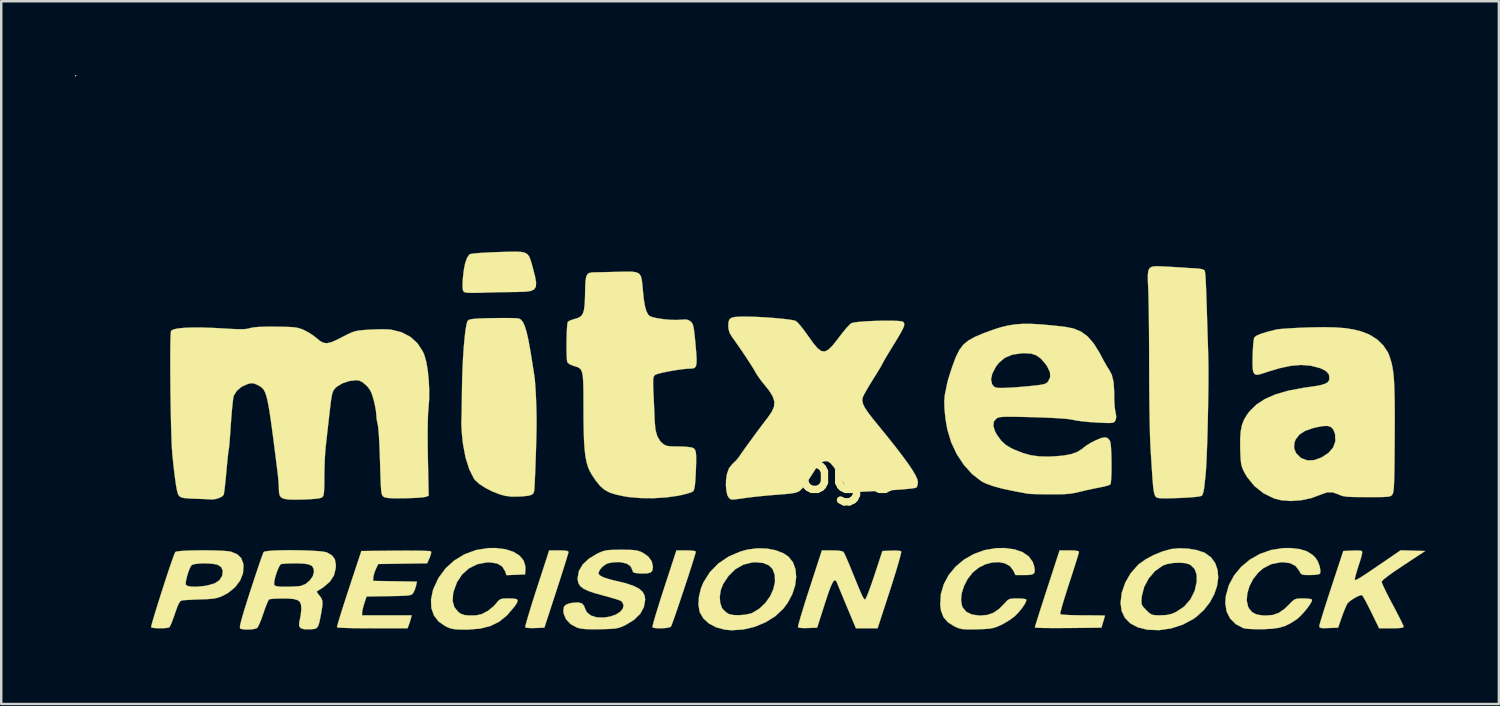
<source format=kicad_pcb>
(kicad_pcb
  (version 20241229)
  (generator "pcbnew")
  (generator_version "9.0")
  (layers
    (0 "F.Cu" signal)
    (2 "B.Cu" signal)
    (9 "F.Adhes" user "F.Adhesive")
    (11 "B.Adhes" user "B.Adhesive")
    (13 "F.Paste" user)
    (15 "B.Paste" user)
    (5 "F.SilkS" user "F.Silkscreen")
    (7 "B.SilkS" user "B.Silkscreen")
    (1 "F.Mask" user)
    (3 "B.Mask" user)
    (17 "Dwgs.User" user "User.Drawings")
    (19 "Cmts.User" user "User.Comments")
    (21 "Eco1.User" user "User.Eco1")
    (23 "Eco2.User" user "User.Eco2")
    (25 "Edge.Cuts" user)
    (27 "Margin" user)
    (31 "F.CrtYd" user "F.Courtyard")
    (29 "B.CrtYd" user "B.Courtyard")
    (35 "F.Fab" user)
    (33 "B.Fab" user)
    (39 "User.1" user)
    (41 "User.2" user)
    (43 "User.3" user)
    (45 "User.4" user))
  (footprint "logo"
    (layer "F.Cu")
    (at 31.12 16.198)
    (property "Reference" "logo" (at 0 0 0) (layer "F.SilkS") (effects (font (size 1.524 1.524) (thickness 0.3))))
    (attr through_hole)
    (fp_poly (pts (xy -31.062 -16.166) (xy -31.089 -16.14) (xy -31.115 -16.166) (xy -31.089 -16.192) (xy -31.062 -16.166)) (stroke (width 0.01) (type solid)) (fill yes) (layer "F.SilkS"))
    (fp_poly (pts (xy -11.179 3.181) (xy -11.052 3.201) (xy -11.008 3.237) (xy -11.008 3.241) (xy -11.024 3.306) (xy -11.069 3.459) (xy -11.139 3.687) (xy -11.23 3.976) (xy -11.338 4.313) (xy -11.458 4.686) (xy -11.5 4.815) (xy -11.992 6.324) (xy -12.368 6.339) (xy -12.557 6.341) (xy -12.701 6.331) (xy -12.77 6.311) (xy -12.772 6.309) (xy -12.763 6.25) (xy -12.724 6.102) (xy -12.66 5.879) (xy -12.574 5.594) (xy -12.47 5.258) (xy -12.351 4.885) (xy -12.297 4.72) (xy -11.795 3.175) (xy -11.401 3.175) (xy -11.179 3.181)) (stroke (width 0.01) (type solid)) (fill yes) (layer "F.SilkS"))
    (fp_poly (pts (xy -6.025 3.181) (xy -5.885 3.198) (xy -5.822 3.222) (xy -5.821 3.226) (xy -5.837 3.296) (xy -5.883 3.451) (xy -5.952 3.674) (xy -6.04 3.95) (xy -6.142 4.265) (xy -6.253 4.601) (xy -6.367 4.944) (xy -6.479 5.279) (xy -6.585 5.59) (xy -6.678 5.861) (xy -6.755 6.077) (xy -6.809 6.223) (xy -6.836 6.282) (xy -6.913 6.316) (xy -7.057 6.339) (xy -7.232 6.35) (xy -7.403 6.348) (xy -7.534 6.331) (xy -7.589 6.304) (xy -7.58 6.245) (xy -7.542 6.097) (xy -7.478 5.874) (xy -7.391 5.589) (xy -7.287 5.253) (xy -7.167 4.88) (xy -7.114 4.717) (xy -6.611 3.175) (xy -6.216 3.175) (xy -6.025 3.181)) (stroke (width 0.01) (type solid)) (fill yes) (layer "F.SilkS"))
    (fp_poly (pts (xy -12.955 -8.986) (xy -12.8 -8.956) (xy -12.692 -8.899) (xy -12.617 -8.808) (xy -12.56 -8.675) (xy -12.506 -8.495) (xy -12.461 -8.329) (xy -12.373 -7.993) (xy -12.329 -7.746) (xy -12.337 -7.572) (xy -12.407 -7.459) (xy -12.548 -7.393) (xy -12.771 -7.362) (xy -13.084 -7.353) (xy -13.167 -7.352) (xy -13.509 -7.348) (xy -13.9 -7.341) (xy -14.286 -7.331) (xy -14.526 -7.323) (xy -14.84 -7.315) (xy -15.061 -7.318) (xy -15.202 -7.332) (xy -15.274 -7.358) (xy -15.28 -7.363) (xy -15.313 -7.439) (xy -15.325 -7.589) (xy -15.318 -7.826) (xy -15.314 -7.881) (xy -15.276 -8.235) (xy -15.217 -8.528) (xy -15.14 -8.746) (xy -15.049 -8.875) (xy -15.023 -8.893) (xy -14.94 -8.911) (xy -14.769 -8.93) (xy -14.529 -8.948) (xy -14.235 -8.964) (xy -13.908 -8.977) (xy -13.85 -8.979) (xy -13.465 -8.991) (xy -13.172 -8.995) (xy -12.955 -8.986)) (stroke (width 0.01) (type solid)) (fill yes) (layer "F.SilkS"))
    (fp_poly (pts (xy 9.629 3.183) (xy 9.76 3.207) (xy 9.79 3.236) (xy 9.774 3.301) (xy 9.729 3.453) (xy 9.66 3.675) (xy 9.571 3.954) (xy 9.468 4.275) (xy 9.391 4.509) (xy 9.282 4.849) (xy 9.186 5.156) (xy 9.108 5.417) (xy 9.054 5.615) (xy 9.026 5.738) (xy 9.024 5.771) (xy 9.085 5.788) (xy 9.236 5.802) (xy 9.459 5.813) (xy 9.738 5.819) (xy 9.951 5.821) (xy 10.246 5.822) (xy 10.5 5.824) (xy 10.696 5.827) (xy 10.816 5.831) (xy 10.847 5.834) (xy 10.833 5.888) (xy 10.798 6.009) (xy 10.775 6.085) (xy 10.704 6.324) (xy 9.347 6.338) (xy 8.981 6.34) (xy 8.652 6.34) (xy 8.375 6.337) (xy 8.163 6.331) (xy 8.03 6.323) (xy 7.99 6.315) (xy 8.006 6.257) (xy 8.051 6.112) (xy 8.12 5.89) (xy 8.211 5.606) (xy 8.319 5.271) (xy 8.439 4.898) (xy 8.495 4.727) (xy 8.999 3.175) (xy 9.394 3.175) (xy 9.629 3.183)) (stroke (width 0.01) (type solid)) (fill yes) (layer "F.SilkS"))
    (fp_poly (pts (xy -17.333 3.186) (xy -17.042 3.189) (xy -16.815 3.196) (xy -16.666 3.204) (xy -16.609 3.214) (xy -16.604 3.282) (xy -16.64 3.408) (xy -16.668 3.478) (xy -16.768 3.702) (xy -17.764 3.716) (xy -18.759 3.731) (xy -18.854 3.926) (xy -18.92 4.092) (xy -18.958 4.248) (xy -18.96 4.27) (xy -18.971 4.419) (xy -18.078 4.433) (xy -17.185 4.448) (xy -17.219 4.616) (xy -17.269 4.777) (xy -17.331 4.904) (xy -17.364 4.948) (xy -17.408 4.98) (xy -17.477 5.002) (xy -17.59 5.017) (xy -17.76 5.027) (xy -18.006 5.034) (xy -18.323 5.039) (xy -19.235 5.054) (xy -19.324 5.318) (xy -19.376 5.494) (xy -19.41 5.646) (xy -19.416 5.702) (xy -19.42 5.821) (xy -17.398 5.821) (xy -17.431 5.951) (xy -17.477 6.107) (xy -17.515 6.215) (xy -17.566 6.35) (xy -18.993 6.35) (xy -19.37 6.349) (xy -19.712 6.345) (xy -20.004 6.338) (xy -20.232 6.33) (xy -20.382 6.321) (xy -20.441 6.311) (xy -20.441 6.31) (xy -20.43 6.252) (xy -20.39 6.106) (xy -20.323 5.885) (xy -20.235 5.601) (xy -20.128 5.267) (xy -20.007 4.895) (xy -19.955 4.736) (xy -19.447 3.201) (xy -18.048 3.187) (xy -17.673 3.185) (xy -17.333 3.186)) (stroke (width 0.01) (type solid)) (fill yes) (layer "F.SilkS"))
    (fp_poly (pts (xy -2.931 3.101) (xy -2.564 3.171) (xy -2.247 3.296) (xy -2.045 3.433) (xy -1.866 3.657) (xy -1.762 3.938) (xy -1.733 4.259) (xy -1.776 4.605) (xy -1.89 4.958) (xy -2.073 5.304) (xy -2.259 5.553) (xy -2.584 5.858) (xy -2.981 6.106) (xy -3.426 6.29) (xy -3.895 6.4) (xy -4.366 6.429) (xy -4.634 6.405) (xy -4.986 6.312) (xy -5.285 6.156) (xy -5.514 5.947) (xy -5.659 5.696) (xy -5.667 5.674) (xy -5.714 5.393) (xy -5.694 5.065) (xy -5.692 5.058) (xy -4.845 5.058) (xy -4.829 5.308) (xy -4.759 5.514) (xy -4.706 5.588) (xy -4.587 5.696) (xy -4.476 5.768) (xy -4.471 5.77) (xy -4.298 5.808) (xy -4.066 5.817) (xy -3.82 5.797) (xy -3.601 5.752) (xy -3.515 5.721) (xy -3.23 5.548) (xy -2.987 5.316) (xy -2.794 5.045) (xy -2.661 4.752) (xy -2.595 4.456) (xy -2.605 4.175) (xy -2.697 3.932) (xy -2.849 3.781) (xy -3.079 3.688) (xy -3.372 3.658) (xy -3.525 3.667) (xy -3.885 3.756) (xy -4.21 3.942) (xy -4.494 4.223) (xy -4.711 4.551) (xy -4.805 4.795) (xy -4.845 5.058) (xy -5.692 5.058) (xy -5.612 4.725) (xy -5.514 4.484) (xy -5.25 4.065) (xy -4.906 3.712) (xy -4.489 3.429) (xy -4.006 3.222) (xy -3.715 3.143) (xy -3.323 3.091) (xy -2.931 3.101)) (stroke (width 0.01) (type solid)) (fill yes) (layer "F.SilkS"))
    (fp_poly (pts (xy -13.578 3.128) (xy -13.255 3.232) (xy -13.007 3.385) (xy -12.841 3.582) (xy -12.766 3.817) (xy -12.764 3.941) (xy -12.779 4.154) (xy -13.535 4.185) (xy -13.59 4.025) (xy -13.708 3.834) (xy -13.902 3.714) (xy -14.175 3.665) (xy -14.35 3.667) (xy -14.728 3.741) (xy -15.06 3.905) (xy -15.338 4.15) (xy -15.551 4.468) (xy -15.69 4.848) (xy -15.71 4.942) (xy -15.728 5.244) (xy -15.658 5.49) (xy -15.499 5.685) (xy -15.383 5.764) (xy -15.248 5.81) (xy -15.067 5.828) (xy -14.812 5.824) (xy -14.764 5.822) (xy -14.535 5.768) (xy -14.291 5.639) (xy -14.064 5.455) (xy -13.962 5.343) (xy -13.869 5.232) (xy -13.789 5.169) (xy -13.689 5.141) (xy -13.534 5.133) (xy -13.432 5.133) (xy -13.219 5.14) (xy -13.103 5.17) (xy -13.077 5.236) (xy -13.132 5.353) (xy -13.223 5.482) (xy -13.516 5.825) (xy -13.834 6.081) (xy -14.192 6.257) (xy -14.605 6.362) (xy -15.089 6.402) (xy -15.185 6.403) (xy -15.45 6.4) (xy -15.639 6.388) (xy -15.783 6.363) (xy -15.911 6.318) (xy -16.023 6.266) (xy -16.299 6.076) (xy -16.491 5.826) (xy -16.595 5.526) (xy -16.61 5.182) (xy -16.532 4.803) (xy -16.515 4.752) (xy -16.307 4.301) (xy -16.017 3.909) (xy -15.657 3.583) (xy -15.24 3.332) (xy -14.776 3.162) (xy -14.276 3.082) (xy -13.968 3.079) (xy -13.578 3.128)) (stroke (width 0.01) (type solid)) (fill yes) (layer "F.SilkS"))
    (fp_poly (pts (xy -0.017 3.184) (xy 0.143 3.211) (xy 0.197 3.241) (xy 0.236 3.313) (xy 0.304 3.462) (xy 0.394 3.67) (xy 0.495 3.914) (xy 0.518 3.969) (xy 0.672 4.347) (xy 0.792 4.638) (xy 0.882 4.854) (xy 0.949 5.003) (xy 0.997 5.099) (xy 1.032 5.152) (xy 1.058 5.172) (xy 1.079 5.172) (xy 1.113 5.119) (xy 1.173 4.98) (xy 1.253 4.772) (xy 1.347 4.51) (xy 1.449 4.21) (xy 1.459 4.178) (xy 1.781 3.201) (xy 2.142 3.186) (xy 2.33 3.184) (xy 2.476 3.194) (xy 2.547 3.214) (xy 2.542 3.273) (xy 2.507 3.42) (xy 2.446 3.643) (xy 2.363 3.928) (xy 2.26 4.263) (xy 2.142 4.636) (xy 2.088 4.804) (xy 1.584 6.35) (xy 0.703 6.35) (xy 0.353 5.517) (xy 0.234 5.23) (xy 0.125 4.968) (xy 0.035 4.751) (xy -0.027 4.597) (xy -0.05 4.538) (xy -0.097 4.434) (xy -0.146 4.39) (xy -0.199 4.413) (xy -0.263 4.511) (xy -0.341 4.689) (xy -0.437 4.955) (xy -0.555 5.315) (xy -0.569 5.358) (xy -0.878 6.324) (xy -1.255 6.339) (xy -1.444 6.341) (xy -1.588 6.33) (xy -1.658 6.31) (xy -1.66 6.308) (xy -1.651 6.248) (xy -1.613 6.101) (xy -1.549 5.877) (xy -1.463 5.592) (xy -1.359 5.256) (xy -1.24 4.883) (xy -1.186 4.719) (xy -0.684 3.175) (xy -0.269 3.175) (xy -0.017 3.184)) (stroke (width 0.01) (type solid)) (fill yes) (layer "F.SilkS"))
    (fp_poly (pts (xy 14.235 3.104) (xy 14.581 3.162) (xy 14.875 3.258) (xy 14.925 3.282) (xy 15.171 3.461) (xy 15.341 3.697) (xy 15.437 3.978) (xy 15.461 4.291) (xy 15.415 4.622) (xy 15.302 4.959) (xy 15.123 5.289) (xy 14.882 5.598) (xy 14.58 5.875) (xy 14.446 5.972) (xy 14.018 6.2) (xy 13.546 6.354) (xy 13.058 6.425) (xy 12.584 6.408) (xy 12.557 6.404) (xy 12.177 6.307) (xy 11.876 6.145) (xy 11.658 5.922) (xy 11.526 5.641) (xy 11.483 5.317) (xy 11.489 5.264) (xy 12.331 5.264) (xy 12.345 5.379) (xy 12.401 5.474) (xy 12.514 5.594) (xy 12.528 5.608) (xy 12.645 5.72) (xy 12.741 5.784) (xy 12.852 5.813) (xy 13.016 5.821) (xy 13.107 5.821) (xy 13.357 5.809) (xy 13.557 5.765) (xy 13.746 5.685) (xy 14.074 5.465) (xy 14.33 5.173) (xy 14.504 4.822) (xy 14.586 4.452) (xy 14.582 4.158) (xy 14.501 3.933) (xy 14.339 3.773) (xy 14.297 3.748) (xy 14.125 3.696) (xy 13.891 3.677) (xy 13.634 3.688) (xy 13.391 3.728) (xy 13.203 3.794) (xy 12.887 4.019) (xy 12.629 4.318) (xy 12.444 4.667) (xy 12.348 5.043) (xy 12.343 5.088) (xy 12.331 5.264) (xy 11.489 5.264) (xy 11.533 4.899) (xy 11.676 4.486) (xy 11.9 4.101) (xy 12.195 3.769) (xy 12.243 3.726) (xy 12.504 3.541) (xy 12.831 3.366) (xy 13.184 3.222) (xy 13.523 3.126) (xy 13.55 3.12) (xy 13.878 3.088) (xy 14.235 3.104)) (stroke (width 0.01) (type solid)) (fill yes) (layer "F.SilkS"))
    (fp_poly (pts (xy -13.265 -6.288) (xy -13.103 -6.281) (xy -13.036 -6.273) (xy -12.945 -6.225) (xy -12.863 -6.121) (xy -12.787 -5.953) (xy -12.714 -5.712) (xy -12.641 -5.389) (xy -12.565 -4.974) (xy -12.522 -4.71) (xy -12.482 -4.458) (xy -12.444 -4.216) (xy -12.413 -4.024) (xy -12.404 -3.969) (xy -12.378 -3.757) (xy -12.355 -3.459) (xy -12.335 -3.097) (xy -12.32 -2.692) (xy -12.31 -2.263) (xy -12.31 -2.196) (xy -12.31 -1.986) (xy -12.313 -1.711) (xy -12.32 -1.389) (xy -12.329 -1.037) (xy -12.341 -0.673) (xy -12.353 -0.314) (xy -12.366 0.022) (xy -12.38 0.317) (xy -12.392 0.554) (xy -12.404 0.716) (xy -12.411 0.775) (xy -12.443 0.855) (xy -12.512 0.911) (xy -12.636 0.947) (xy -12.833 0.97) (xy -13.044 0.983) (xy -13.34 0.984) (xy -13.587 0.953) (xy -13.799 0.896) (xy -14.104 0.779) (xy -14.39 0.633) (xy -14.634 0.475) (xy -14.81 0.318) (xy -14.865 0.246) (xy -15.055 -0.14) (xy -15.203 -0.608) (xy -15.304 -1.142) (xy -15.32 -1.272) (xy -15.347 -1.539) (xy -15.365 -1.787) (xy -15.374 -1.987) (xy -15.373 -2.093) (xy -15.367 -2.213) (xy -15.362 -2.417) (xy -15.357 -2.684) (xy -15.352 -2.993) (xy -15.35 -3.284) (xy -15.342 -3.753) (xy -15.327 -4.216) (xy -15.305 -4.659) (xy -15.278 -5.071) (xy -15.246 -5.438) (xy -15.211 -5.746) (xy -15.174 -5.983) (xy -15.135 -6.137) (xy -15.109 -6.186) (xy -15.061 -6.218) (xy -14.978 -6.242) (xy -14.846 -6.259) (xy -14.65 -6.272) (xy -14.375 -6.281) (xy -14.092 -6.287) (xy -13.78 -6.291) (xy -13.498 -6.291) (xy -13.265 -6.288)) (stroke (width 0.01) (type solid)) (fill yes) (layer "F.SilkS"))
    (fp_poly (pts (xy 23.394 3.186) (xy 23.892 3.201) (xy 23.007 3.784) (xy 22.668 4.011) (xy 22.406 4.197) (xy 22.227 4.337) (xy 22.134 4.428) (xy 22.12 4.457) (xy 22.144 4.531) (xy 22.211 4.681) (xy 22.312 4.891) (xy 22.441 5.142) (xy 22.569 5.385) (xy 22.714 5.658) (xy 22.839 5.901) (xy 22.937 6.098) (xy 22.999 6.232) (xy 23.019 6.287) (xy 22.98 6.319) (xy 22.857 6.34) (xy 22.641 6.349) (xy 22.519 6.35) (xy 22.019 6.35) (xy 21.697 5.69) (xy 21.576 5.448) (xy 21.468 5.241) (xy 21.382 5.088) (xy 21.33 5.006) (xy 21.322 4.998) (xy 21.248 5.005) (xy 21.122 5.058) (xy 20.974 5.14) (xy 20.836 5.235) (xy 20.739 5.322) (xy 20.688 5.411) (xy 20.617 5.572) (xy 20.538 5.776) (xy 20.505 5.868) (xy 20.346 6.324) (xy 19.963 6.339) (xy 19.763 6.344) (xy 19.648 6.337) (xy 19.594 6.312) (xy 19.58 6.266) (xy 19.58 6.26) (xy 19.597 6.187) (xy 19.642 6.027) (xy 19.713 5.794) (xy 19.805 5.5) (xy 19.914 5.16) (xy 20.035 4.787) (xy 20.07 4.683) (xy 20.558 3.201) (xy 20.897 3.186) (xy 21.084 3.181) (xy 21.233 3.186) (xy 21.304 3.196) (xy 21.327 3.233) (xy 21.32 3.325) (xy 21.279 3.486) (xy 21.203 3.729) (xy 21.184 3.784) (xy 21.112 4.011) (xy 21.058 4.2) (xy 21.028 4.328) (xy 21.026 4.375) (xy 21.05 4.382) (xy 21.097 4.368) (xy 21.178 4.326) (xy 21.302 4.251) (xy 21.479 4.136) (xy 21.72 3.974) (xy 22.035 3.76) (xy 22.139 3.689) (xy 22.896 3.171) (xy 23.394 3.186)) (stroke (width 0.01) (type solid)) (fill yes) (layer "F.SilkS"))
    (fp_poly (pts (xy 7.164 3.134) (xy 7.492 3.248) (xy 7.741 3.42) (xy 7.905 3.645) (xy 7.968 3.838) (xy 7.989 4.002) (xy 7.965 4.104) (xy 7.88 4.157) (xy 7.717 4.178) (xy 7.571 4.18) (xy 7.202 4.18) (xy 7.111 3.989) (xy 6.974 3.814) (xy 6.772 3.703) (xy 6.526 3.655) (xy 6.252 3.669) (xy 5.972 3.744) (xy 5.703 3.879) (xy 5.464 4.073) (xy 5.456 4.081) (xy 5.255 4.339) (xy 5.105 4.627) (xy 5.012 4.922) (xy 4.983 5.201) (xy 5.025 5.44) (xy 5.048 5.493) (xy 5.198 5.676) (xy 5.423 5.788) (xy 5.726 5.831) (xy 5.77 5.831) (xy 6.053 5.806) (xy 6.299 5.721) (xy 6.53 5.564) (xy 6.77 5.322) (xy 6.813 5.273) (xy 6.89 5.195) (xy 6.979 5.153) (xy 7.113 5.136) (xy 7.273 5.133) (xy 7.452 5.139) (xy 7.586 5.156) (xy 7.642 5.178) (xy 7.634 5.255) (xy 7.567 5.384) (xy 7.459 5.541) (xy 7.325 5.703) (xy 7.181 5.849) (xy 7.134 5.889) (xy 6.949 6.022) (xy 6.727 6.156) (xy 6.584 6.228) (xy 6.435 6.293) (xy 6.296 6.336) (xy 6.14 6.364) (xy 5.936 6.38) (xy 5.658 6.39) (xy 5.636 6.391) (xy 5.358 6.396) (xy 5.161 6.393) (xy 5.016 6.379) (xy 4.897 6.349) (xy 4.779 6.301) (xy 4.73 6.279) (xy 4.454 6.109) (xy 4.27 5.898) (xy 4.167 5.629) (xy 4.136 5.395) (xy 4.162 4.961) (xy 4.282 4.55) (xy 4.487 4.172) (xy 4.766 3.835) (xy 5.108 3.549) (xy 5.504 3.323) (xy 5.943 3.165) (xy 6.415 3.085) (xy 6.764 3.08) (xy 7.164 3.134)) (stroke (width 0.01) (type solid)) (fill yes) (layer "F.SilkS"))
    (fp_poly (pts (xy 18.779 3.122) (xy 19.07 3.211) (xy 19.301 3.354) (xy 19.435 3.488) (xy 19.523 3.631) (xy 19.589 3.806) (xy 19.624 3.977) (xy 19.616 4.105) (xy 19.607 4.126) (xy 19.54 4.153) (xy 19.399 4.173) (xy 19.212 4.18) (xy 19.208 4.18) (xy 19.015 4.178) (xy 18.9 4.165) (xy 18.832 4.127) (xy 18.785 4.055) (xy 18.757 3.999) (xy 18.613 3.81) (xy 18.395 3.696) (xy 18.107 3.658) (xy 17.998 3.662) (xy 17.622 3.737) (xy 17.298 3.903) (xy 17.094 4.079) (xy 16.886 4.342) (xy 16.735 4.634) (xy 16.646 4.932) (xy 16.624 5.216) (xy 16.677 5.462) (xy 16.719 5.544) (xy 16.845 5.692) (xy 17.015 5.783) (xy 17.25 5.825) (xy 17.417 5.831) (xy 17.696 5.805) (xy 17.936 5.718) (xy 18.167 5.556) (xy 18.334 5.394) (xy 18.468 5.256) (xy 18.569 5.178) (xy 18.674 5.143) (xy 18.821 5.133) (xy 18.918 5.133) (xy 19.097 5.14) (xy 19.23 5.158) (xy 19.285 5.18) (xy 19.272 5.25) (xy 19.202 5.373) (xy 19.092 5.527) (xy 18.958 5.691) (xy 18.817 5.843) (xy 18.688 5.962) (xy 18.649 5.99) (xy 18.4 6.149) (xy 18.172 6.259) (xy 17.933 6.329) (xy 17.654 6.368) (xy 17.303 6.386) (xy 17.277 6.386) (xy 16.986 6.387) (xy 16.738 6.377) (xy 16.556 6.358) (xy 16.484 6.341) (xy 16.173 6.177) (xy 15.945 5.949) (xy 15.803 5.663) (xy 15.751 5.325) (xy 15.773 5.03) (xy 15.895 4.596) (xy 16.107 4.198) (xy 16.397 3.847) (xy 16.753 3.551) (xy 17.163 3.319) (xy 17.615 3.16) (xy 18.096 3.083) (xy 18.408 3.08) (xy 18.779 3.122)) (stroke (width 0.01) (type solid)) (fill yes) (layer "F.SilkS"))
    (fp_poly (pts (xy -25.704 3.174) (xy -25.407 3.18) (xy -25.141 3.19) (xy -24.923 3.205) (xy -24.775 3.225) (xy -24.752 3.231) (xy -24.505 3.334) (xy -24.345 3.488) (xy -24.262 3.705) (xy -24.249 3.796) (xy -24.27 4.108) (xy -24.388 4.406) (xy -24.592 4.676) (xy -24.872 4.904) (xy -25.082 5.019) (xy -25.227 5.08) (xy -25.369 5.121) (xy -25.538 5.147) (xy -25.76 5.163) (xy -26.009 5.172) (xy -26.268 5.181) (xy -26.496 5.193) (xy -26.669 5.204) (xy -26.758 5.215) (xy -26.819 5.245) (xy -26.876 5.322) (xy -26.94 5.462) (xy -27.02 5.682) (xy -27.044 5.755) (xy -27.121 5.974) (xy -27.192 6.156) (xy -27.249 6.275) (xy -27.273 6.31) (xy -27.357 6.332) (xy -27.503 6.345) (xy -27.676 6.348) (xy -27.843 6.342) (xy -27.967 6.327) (xy -28.013 6.308) (xy -28.004 6.249) (xy -27.966 6.105) (xy -27.903 5.891) (xy -27.822 5.622) (xy -27.726 5.314) (xy -27.621 4.981) (xy -27.511 4.639) (xy -27.477 4.533) (xy -26.605 4.533) (xy -26.599 4.573) (xy -26.527 4.626) (xy -26.37 4.653) (xy -26.151 4.656) (xy -25.889 4.632) (xy -25.711 4.603) (xy -25.423 4.519) (xy -25.228 4.389) (xy -25.12 4.215) (xy -25.092 4.013) (xy -25.154 3.859) (xy -25.302 3.762) (xy -25.458 3.728) (xy -25.663 3.708) (xy -25.887 3.704) (xy -26.098 3.714) (xy -26.267 3.738) (xy -26.363 3.775) (xy -26.365 3.777) (xy -26.425 3.874) (xy -26.489 4.033) (xy -26.547 4.22) (xy -26.59 4.398) (xy -26.605 4.533) (xy -27.477 4.533) (xy -27.402 4.303) (xy -27.298 3.988) (xy -27.203 3.71) (xy -27.124 3.483) (xy -27.064 3.322) (xy -27.029 3.244) (xy -27.027 3.241) (xy -26.958 3.219) (xy -26.803 3.201) (xy -26.58 3.187) (xy -26.31 3.178) (xy -26.011 3.174) (xy -25.704 3.174)) (stroke (width 0.01) (type solid)) (fill yes) (layer "F.SilkS"))
    (fp_poly (pts (xy 13.138 -8.397) (xy 13.378 -8.384) (xy 13.646 -8.369) (xy 13.886 -8.355) (xy 14.072 -8.343) (xy 14.179 -8.335) (xy 14.182 -8.334) (xy 14.319 -8.325) (xy 14.498 -8.316) (xy 14.552 -8.314) (xy 14.716 -8.298) (xy 14.842 -8.269) (xy 14.87 -8.256) (xy 14.885 -8.247) (xy 14.899 -8.234) (xy 14.911 -8.212) (xy 14.922 -8.171) (xy 14.932 -8.105) (xy 14.941 -8.006) (xy 14.95 -7.866) (xy 14.96 -7.678) (xy 14.97 -7.434) (xy 14.981 -7.126) (xy 14.994 -6.748) (xy 15.008 -6.29) (xy 15.025 -5.746) (xy 15.045 -5.108) (xy 15.057 -4.71) (xy 15.062 -4.415) (xy 15.064 -4.047) (xy 15.062 -3.622) (xy 15.057 -3.155) (xy 15.049 -2.664) (xy 15.039 -2.165) (xy 15.027 -1.673) (xy 15.013 -1.205) (xy 14.997 -0.778) (xy 14.981 -0.407) (xy 14.964 -0.109) (xy 14.947 0.1) (xy 14.947 0.106) (xy 14.924 0.31) (xy 14.9 0.54) (xy 14.892 0.618) (xy 14.862 0.786) (xy 14.819 0.912) (xy 14.793 0.95) (xy 14.715 0.974) (xy 14.547 0.997) (xy 14.306 1.017) (xy 14.008 1.035) (xy 13.856 1.041) (xy 13.523 1.052) (xy 13.28 1.056) (xy 13.113 1.051) (xy 13.007 1.038) (xy 12.947 1.016) (xy 12.929 1) (xy 12.9 0.961) (xy 12.875 0.915) (xy 12.854 0.85) (xy 12.835 0.756) (xy 12.817 0.622) (xy 12.799 0.437) (xy 12.78 0.191) (xy 12.759 -0.128) (xy 12.734 -0.53) (xy 12.703 -1.026) (xy 12.701 -1.072) (xy 12.69 -1.306) (xy 12.68 -1.629) (xy 12.671 -2.026) (xy 12.663 -2.481) (xy 12.657 -2.978) (xy 12.652 -3.5) (xy 12.65 -4.032) (xy 12.649 -4.3) (xy 12.648 -4.826) (xy 12.645 -5.347) (xy 12.642 -5.848) (xy 12.637 -6.312) (xy 12.631 -6.725) (xy 12.624 -7.071) (xy 12.617 -7.334) (xy 12.613 -7.437) (xy 12.597 -7.784) (xy 12.594 -8.038) (xy 12.613 -8.214) (xy 12.666 -8.324) (xy 12.764 -8.382) (xy 12.918 -8.402) (xy 13.138 -8.397)) (stroke (width 0.01) (type solid)) (fill yes) (layer "F.SilkS"))
    (fp_poly (pts (xy -8.579 3.151) (xy -8.375 3.161) (xy -8.225 3.181) (xy -8.103 3.216) (xy -7.989 3.266) (xy -7.761 3.424) (xy -7.616 3.625) (xy -7.567 3.851) (xy -7.588 3.99) (xy -7.661 4.074) (xy -7.803 4.114) (xy -8.03 4.118) (xy -8.052 4.117) (xy -8.236 4.104) (xy -8.34 4.082) (xy -8.388 4.042) (xy -8.404 3.983) (xy -8.477 3.824) (xy -8.636 3.714) (xy -8.873 3.658) (xy -9.006 3.651) (xy -9.21 3.665) (xy -9.392 3.701) (xy -9.471 3.73) (xy -9.62 3.836) (xy -9.735 3.97) (xy -9.789 4.096) (xy -9.79 4.111) (xy -9.737 4.193) (xy -9.58 4.275) (xy -9.322 4.358) (xy -9.075 4.418) (xy -8.667 4.517) (xy -8.356 4.622) (xy -8.131 4.737) (xy -7.984 4.869) (xy -7.905 5.023) (xy -7.885 5.183) (xy -7.936 5.485) (xy -8.087 5.76) (xy -8.338 6.004) (xy -8.684 6.216) (xy -8.731 6.239) (xy -8.861 6.295) (xy -8.985 6.335) (xy -9.126 6.36) (xy -9.311 6.375) (xy -9.563 6.384) (xy -9.737 6.388) (xy -10.078 6.39) (xy -10.332 6.381) (xy -10.517 6.359) (xy -10.652 6.324) (xy -10.659 6.322) (xy -10.925 6.177) (xy -11.11 5.98) (xy -11.207 5.743) (xy -11.218 5.618) (xy -11.195 5.478) (xy -11.112 5.387) (xy -10.95 5.331) (xy -10.861 5.314) (xy -10.621 5.296) (xy -10.462 5.335) (xy -10.374 5.434) (xy -10.354 5.499) (xy -10.266 5.692) (xy -10.098 5.828) (xy -9.862 5.903) (xy -9.569 5.912) (xy -9.323 5.875) (xy -9.083 5.794) (xy -8.904 5.68) (xy -8.794 5.548) (xy -8.763 5.409) (xy -8.823 5.278) (xy -8.861 5.241) (xy -8.935 5.208) (xy -9.089 5.156) (xy -9.302 5.093) (xy -9.549 5.025) (xy -9.551 5.025) (xy -9.922 4.923) (xy -10.2 4.828) (xy -10.399 4.734) (xy -10.529 4.632) (xy -10.603 4.514) (xy -10.634 4.372) (xy -10.636 4.299) (xy -10.585 4.016) (xy -10.432 3.753) (xy -10.182 3.516) (xy -9.839 3.309) (xy -9.792 3.287) (xy -9.654 3.227) (xy -9.527 3.187) (xy -9.383 3.164) (xy -9.195 3.153) (xy -8.934 3.149) (xy -8.864 3.149) (xy -8.579 3.151)) (stroke (width 0.01) (type solid)) (fill yes) (layer "F.SilkS"))
    (fp_poly (pts (xy -22.05 3.17) (xy -21.728 3.178) (xy -21.43 3.191) (xy -21.172 3.208) (xy -20.974 3.231) (xy -20.854 3.259) (xy -20.853 3.259) (xy -20.648 3.375) (xy -20.529 3.534) (xy -20.486 3.753) (xy -20.49 3.893) (xy -20.562 4.191) (xy -20.728 4.449) (xy -20.993 4.675) (xy -21.025 4.696) (xy -21.157 4.78) (xy -21.246 4.838) (xy -21.266 4.851) (xy -21.248 4.895) (xy -21.18 4.989) (xy -21.149 5.026) (xy -21.082 5.116) (xy -21.043 5.209) (xy -21.031 5.325) (xy -21.044 5.489) (xy -21.083 5.722) (xy -21.112 5.874) (xy -21.159 6.105) (xy -21.205 6.252) (xy -21.265 6.335) (xy -21.357 6.374) (xy -21.497 6.389) (xy -21.543 6.392) (xy -21.777 6.389) (xy -21.92 6.345) (xy -21.984 6.251) (xy -21.977 6.099) (xy -21.964 6.047) (xy -21.924 5.849) (xy -21.898 5.63) (xy -21.895 5.581) (xy -21.901 5.404) (xy -21.948 5.279) (xy -22.05 5.199) (xy -22.222 5.154) (xy -22.476 5.135) (xy -22.641 5.134) (xy -22.867 5.138) (xy -23.055 5.148) (xy -23.178 5.164) (xy -23.209 5.173) (xy -23.249 5.237) (xy -23.31 5.379) (xy -23.384 5.577) (xy -23.44 5.741) (xy -23.52 5.968) (xy -23.598 6.16) (xy -23.663 6.293) (xy -23.696 6.337) (xy -23.8 6.375) (xy -23.965 6.397) (xy -24.148 6.4) (xy -24.306 6.384) (xy -24.383 6.358) (xy -24.396 6.322) (xy -24.388 6.237) (xy -24.357 6.095) (xy -24.3 5.886) (xy -24.215 5.602) (xy -24.101 5.235) (xy -23.965 4.811) (xy -23.886 4.57) (xy -23.002 4.57) (xy -22.999 4.578) (xy -22.959 4.619) (xy -22.862 4.643) (xy -22.692 4.655) (xy -22.524 4.657) (xy -22.293 4.653) (xy -22.082 4.642) (xy -21.93 4.626) (xy -21.908 4.622) (xy -21.719 4.544) (xy -21.55 4.403) (xy -21.427 4.229) (xy -21.378 4.053) (xy -21.378 4.049) (xy -21.396 3.91) (xy -21.459 3.812) (xy -21.58 3.75) (xy -21.775 3.716) (xy -22.058 3.704) (xy -22.127 3.704) (xy -22.357 3.707) (xy -22.553 3.716) (xy -22.687 3.728) (xy -22.724 3.736) (xy -22.779 3.801) (xy -22.845 3.938) (xy -22.911 4.115) (xy -22.966 4.301) (xy -23 4.463) (xy -23.002 4.57) (xy -23.886 4.57) (xy -23.84 4.43) (xy -23.724 4.079) (xy -23.621 3.773) (xy -23.535 3.524) (xy -23.471 3.346) (xy -23.433 3.252) (xy -23.427 3.241) (xy -23.355 3.215) (xy -23.195 3.195) (xy -22.966 3.18) (xy -22.687 3.171) (xy -22.375 3.168) (xy -22.05 3.17)) (stroke (width 0.01) (type solid)) (fill yes) (layer "F.SilkS"))
    (fp_poly (pts (xy 20.239 -5.908) (xy 20.647 -5.877) (xy 20.996 -5.821) (xy 21.303 -5.741) (xy 21.582 -5.633) (xy 21.628 -5.612) (xy 21.93 -5.424) (xy 22.188 -5.175) (xy 22.375 -4.894) (xy 22.42 -4.789) (xy 22.476 -4.625) (xy 22.524 -4.461) (xy 22.562 -4.285) (xy 22.592 -4.087) (xy 22.616 -3.855) (xy 22.633 -3.578) (xy 22.644 -3.245) (xy 22.651 -2.845) (xy 22.654 -2.367) (xy 22.653 -1.8) (xy 22.652 -1.482) (xy 22.649 -0.919) (xy 22.645 -0.452) (xy 22.64 -0.073) (xy 22.634 0.227) (xy 22.625 0.459) (xy 22.615 0.631) (xy 22.602 0.753) (xy 22.586 0.833) (xy 22.567 0.882) (xy 22.564 0.886) (xy 22.533 0.929) (xy 22.492 0.96) (xy 22.426 0.981) (xy 22.319 0.994) (xy 22.156 1.002) (xy 21.92 1.005) (xy 21.597 1.005) (xy 21.534 1.005) (xy 21.186 1.004) (xy 20.925 1) (xy 20.735 0.99) (xy 20.597 0.974) (xy 20.494 0.95) (xy 20.407 0.916) (xy 20.373 0.9) (xy 20.13 0.811) (xy 19.9 0.81) (xy 19.647 0.898) (xy 19.645 0.9) (xy 19.263 1.043) (xy 18.846 1.132) (xy 18.423 1.163) (xy 18.027 1.133) (xy 17.744 1.062) (xy 17.313 0.852) (xy 16.941 0.558) (xy 16.64 0.19) (xy 16.529 0) (xy 16.465 -0.131) (xy 16.421 -0.251) (xy 16.393 -0.386) (xy 16.375 -0.562) (xy 16.364 -0.805) (xy 16.359 -0.961) (xy 16.359 -0.992) (xy 18.551 -0.992) (xy 18.634 -0.785) (xy 18.808 -0.61) (xy 18.854 -0.58) (xy 19.09 -0.491) (xy 19.353 -0.498) (xy 19.651 -0.602) (xy 19.676 -0.614) (xy 19.957 -0.797) (xy 20.145 -1.018) (xy 20.235 -1.268) (xy 20.225 -1.544) (xy 20.214 -1.589) (xy 20.152 -1.748) (xy 20.059 -1.849) (xy 19.92 -1.895) (xy 19.72 -1.889) (xy 19.444 -1.835) (xy 19.319 -1.804) (xy 18.998 -1.691) (xy 18.769 -1.542) (xy 18.62 -1.348) (xy 18.567 -1.215) (xy 18.551 -0.992) (xy 16.359 -0.992) (xy 16.357 -1.36) (xy 16.379 -1.678) (xy 16.431 -1.938) (xy 16.519 -2.161) (xy 16.648 -2.371) (xy 16.75 -2.501) (xy 17.022 -2.768) (xy 17.368 -2.993) (xy 17.794 -3.179) (xy 18.306 -3.328) (xy 18.912 -3.444) (xy 19.103 -3.471) (xy 19.43 -3.519) (xy 19.666 -3.565) (xy 19.826 -3.616) (xy 19.925 -3.677) (xy 19.976 -3.753) (xy 19.993 -3.828) (xy 19.972 -3.991) (xy 19.861 -4.124) (xy 19.654 -4.234) (xy 19.587 -4.258) (xy 19.221 -4.351) (xy 18.836 -4.38) (xy 18.415 -4.344) (xy 17.941 -4.242) (xy 17.548 -4.124) (xy 17.312 -4.046) (xy 17.155 -3.999) (xy 17.057 -3.979) (xy 16.997 -3.983) (xy 16.955 -4.009) (xy 16.921 -4.041) (xy 16.889 -4.101) (xy 16.869 -4.214) (xy 16.861 -4.395) (xy 16.863 -4.66) (xy 16.865 -4.76) (xy 16.875 -5.019) (xy 16.891 -5.244) (xy 16.91 -5.412) (xy 16.931 -5.498) (xy 17.016 -5.569) (xy 17.198 -5.647) (xy 17.467 -5.731) (xy 17.813 -5.817) (xy 17.833 -5.822) (xy 17.958 -5.84) (xy 18.169 -5.858) (xy 18.445 -5.876) (xy 18.766 -5.893) (xy 19.113 -5.906) (xy 19.186 -5.909) (xy 19.757 -5.918) (xy 20.239 -5.908)) (stroke (width 0.01) (type solid)) (fill yes) (layer "F.SilkS"))
    (fp_poly (pts (xy -8.405 -8.178) (xy -8.235 -8.151) (xy -8.124 -8.092) (xy -8.057 -7.988) (xy -8.019 -7.83) (xy -7.995 -7.606) (xy -7.984 -7.475) (xy -7.944 -7.082) (xy -7.896 -6.784) (xy -7.836 -6.571) (xy -7.764 -6.433) (xy -7.7 -6.372) (xy -7.575 -6.323) (xy -7.374 -6.279) (xy -7.128 -6.243) (xy -6.866 -6.219) (xy -6.619 -6.212) (xy -6.428 -6.222) (xy -6.247 -6.233) (xy -6.126 -6.209) (xy -6.036 -6.152) (xy -5.987 -6.105) (xy -5.95 -6.044) (xy -5.921 -5.952) (xy -5.896 -5.81) (xy -5.871 -5.602) (xy -5.842 -5.31) (xy -5.834 -5.219) (xy -5.804 -4.874) (xy -5.79 -4.62) (xy -5.793 -4.443) (xy -5.817 -4.33) (xy -5.863 -4.266) (xy -5.936 -4.239) (xy -6.025 -4.233) (xy -6.2 -4.224) (xy -6.427 -4.198) (xy -6.681 -4.161) (xy -6.937 -4.116) (xy -7.169 -4.068) (xy -7.354 -4.022) (xy -7.465 -3.983) (xy -7.48 -3.973) (xy -7.52 -3.931) (xy -7.545 -3.873) (xy -7.559 -3.779) (xy -7.561 -3.631) (xy -7.555 -3.411) (xy -7.544 -3.175) (xy -7.53 -2.87) (xy -7.516 -2.564) (xy -7.505 -2.294) (xy -7.497 -2.093) (xy -7.497 -2.09) (xy -7.465 -1.74) (xy -7.392 -1.474) (xy -7.272 -1.275) (xy -7.189 -1.192) (xy -7.102 -1.127) (xy -7.01 -1.087) (xy -6.886 -1.067) (xy -6.7 -1.059) (xy -6.561 -1.058) (xy -6.333 -1.053) (xy -6.132 -1.038) (xy -5.992 -1.018) (xy -5.963 -1.009) (xy -5.898 -0.975) (xy -5.852 -0.921) (xy -5.823 -0.83) (xy -5.808 -0.687) (xy -5.806 -0.478) (xy -5.814 -0.187) (xy -5.823 0.013) (xy -5.84 0.324) (xy -5.861 0.543) (xy -5.889 0.684) (xy -5.925 0.761) (xy -5.931 0.768) (xy -6.014 0.811) (xy -6.176 0.863) (xy -6.391 0.917) (xy -6.564 0.953) (xy -7.04 1.019) (xy -7.559 1.05) (xy -8.079 1.044) (xy -8.558 1.002) (xy -8.722 0.976) (xy -9.067 0.904) (xy -9.331 0.82) (xy -9.541 0.707) (xy -9.722 0.55) (xy -9.898 0.331) (xy -10.046 0.112) (xy -10.137 -0.045) (xy -10.211 -0.215) (xy -10.27 -0.411) (xy -10.316 -0.644) (xy -10.35 -0.926) (xy -10.374 -1.27) (xy -10.388 -1.686) (xy -10.396 -2.188) (xy -10.397 -2.627) (xy -10.398 -3.081) (xy -10.401 -3.44) (xy -10.41 -3.718) (xy -10.426 -3.925) (xy -10.454 -4.074) (xy -10.495 -4.176) (xy -10.553 -4.244) (xy -10.63 -4.288) (xy -10.73 -4.321) (xy -10.803 -4.341) (xy -10.946 -4.399) (xy -11.044 -4.473) (xy -11.055 -4.489) (xy -11.071 -4.573) (xy -11.082 -4.738) (xy -11.088 -4.959) (xy -11.089 -5.214) (xy -11.085 -5.477) (xy -11.078 -5.725) (xy -11.066 -5.934) (xy -11.051 -6.079) (xy -11.037 -6.133) (xy -10.967 -6.18) (xy -10.833 -6.231) (xy -10.762 -6.251) (xy -10.613 -6.298) (xy -10.503 -6.363) (xy -10.428 -6.461) (xy -10.379 -6.61) (xy -10.351 -6.824) (xy -10.337 -7.121) (xy -10.333 -7.3) (xy -10.326 -7.617) (xy -10.31 -7.843) (xy -10.28 -7.994) (xy -10.228 -8.086) (xy -10.147 -8.132) (xy -10.032 -8.149) (xy -9.951 -8.152) (xy -9.831 -8.154) (xy -9.63 -8.159) (xy -9.372 -8.165) (xy -9.084 -8.172) (xy -8.987 -8.174) (xy -8.651 -8.182) (xy -8.405 -8.178)) (stroke (width 0.01) (type solid)) (fill yes) (layer "F.SilkS"))
    (fp_poly (pts (xy -3.546 -6.345) (xy -3.228 -6.332) (xy -2.897 -6.312) (xy -2.573 -6.287) (xy -2.275 -6.259) (xy -2.025 -6.229) (xy -1.842 -6.199) (xy -1.751 -6.173) (xy -1.673 -6.107) (xy -1.553 -5.972) (xy -1.408 -5.786) (xy -1.253 -5.571) (xy -1.245 -5.56) (xy -1.035 -5.265) (xy -0.863 -5.062) (xy -0.715 -4.949) (xy -0.576 -4.927) (xy -0.432 -4.993) (xy -0.269 -5.148) (xy -0.073 -5.392) (xy 0.008 -5.499) (xy 0.169 -5.708) (xy 0.32 -5.888) (xy 0.443 -6.019) (xy 0.523 -6.084) (xy 0.63 -6.11) (xy 0.816 -6.134) (xy 1.059 -6.154) (xy 1.339 -6.169) (xy 1.635 -6.179) (xy 1.926 -6.183) (xy 2.191 -6.181) (xy 2.41 -6.173) (xy 2.56 -6.157) (xy 2.618 -6.139) (xy 2.659 -6.093) (xy 2.673 -6.034) (xy 2.656 -5.948) (xy 2.6 -5.822) (xy 2.502 -5.642) (xy 2.355 -5.396) (xy 2.226 -5.186) (xy 2.079 -4.945) (xy 1.951 -4.733) (xy 1.853 -4.566) (xy 1.797 -4.463) (xy 1.788 -4.444) (xy 1.75 -4.371) (xy 1.667 -4.228) (xy 1.549 -4.035) (xy 1.41 -3.811) (xy 1.383 -3.768) (xy 1.24 -3.536) (xy 1.116 -3.324) (xy 1.024 -3.156) (xy 0.977 -3.052) (xy 0.974 -3.043) (xy 0.962 -2.924) (xy 0.99 -2.793) (xy 1.066 -2.637) (xy 1.197 -2.44) (xy 1.391 -2.188) (xy 1.49 -2.066) (xy 1.923 -1.535) (xy 2.288 -1.077) (xy 2.588 -0.687) (xy 2.826 -0.362) (xy 3.006 -0.095) (xy 3.13 0.116) (xy 3.203 0.278) (xy 3.228 0.395) (xy 3.228 0.398) (xy 3.21 0.531) (xy 3.167 0.613) (xy 3.163 0.616) (xy 3.075 0.639) (xy 2.887 0.664) (xy 2.603 0.69) (xy 2.23 0.717) (xy 1.772 0.744) (xy 1.244 0.771) (xy 0.503 0.806) (xy 0.361 0.655) (xy 0.27 0.538) (xy 0.151 0.36) (xy 0.026 0.152) (xy -0.015 0.079) (xy -0.176 -0.189) (xy -0.316 -0.363) (xy -0.445 -0.452) (xy -0.573 -0.461) (xy -0.675 -0.421) (xy -0.803 -0.319) (xy -0.919 -0.18) (xy -0.926 -0.169) (xy -1.153 0.187) (xy -1.335 0.455) (xy -1.478 0.64) (xy -1.585 0.747) (xy -1.591 0.752) (xy -1.67 0.796) (xy -1.784 0.83) (xy -1.952 0.859) (xy -2.192 0.883) (xy -2.464 0.904) (xy -2.798 0.93) (xy -3.156 0.964) (xy -3.493 1) (xy -3.758 1.033) (xy -4.016 1.07) (xy -4.19 1.093) (xy -4.3 1.104) (xy -4.364 1.102) (xy -4.405 1.087) (xy -4.442 1.061) (xy -4.465 1.043) (xy -4.53 0.941) (xy -4.574 0.764) (xy -4.595 0.54) (xy -4.589 0.299) (xy -4.554 0.068) (xy -4.552 0.059) (xy -4.468 -0.173) (xy -4.333 -0.342) (xy -4.315 -0.358) (xy -4.176 -0.493) (xy -4.057 -0.639) (xy -4.043 -0.661) (xy -3.963 -0.779) (xy -3.835 -0.961) (xy -3.67 -1.189) (xy -3.485 -1.443) (xy -3.293 -1.703) (xy -3.108 -1.95) (xy -2.944 -2.165) (xy -2.888 -2.237) (xy -2.724 -2.475) (xy -2.634 -2.684) (xy -2.62 -2.884) (xy -2.684 -3.092) (xy -2.829 -3.328) (xy -3.041 -3.593) (xy -3.184 -3.772) (xy -3.313 -3.954) (xy -3.391 -4.083) (xy -3.469 -4.22) (xy -3.595 -4.421) (xy -3.755 -4.667) (xy -3.935 -4.936) (xy -4.122 -5.207) (xy -4.3 -5.459) (xy -4.329 -5.498) (xy -4.439 -5.676) (xy -4.489 -5.841) (xy -4.498 -5.986) (xy -4.488 -6.137) (xy -4.449 -6.24) (xy -4.362 -6.303) (xy -4.212 -6.337) (xy -3.982 -6.349) (xy -3.83 -6.35) (xy -3.546 -6.345)) (stroke (width 0.01) (type solid)) (fill yes) (layer "F.SilkS"))
    (fp_poly (pts (xy 7.86 -6.053) (xy 8.266 -6.03) (xy 8.742 -5.986) (xy 9.22 -5.933) (xy 9.574 -5.863) (xy 9.877 -5.736) (xy 10.141 -5.54) (xy 10.382 -5.264) (xy 10.613 -4.897) (xy 10.685 -4.761) (xy 10.798 -4.549) (xy 10.905 -4.361) (xy 10.988 -4.224) (xy 11.015 -4.187) (xy 11.128 -3.974) (xy 11.198 -3.683) (xy 11.224 -3.306) (xy 11.224 -3.162) (xy 11.228 -2.916) (xy 11.243 -2.681) (xy 11.268 -2.498) (xy 11.275 -2.466) (xy 11.307 -2.285) (xy 11.29 -2.158) (xy 11.271 -2.116) (xy 11.241 -2.068) (xy 11.201 -2.037) (xy 11.132 -2.019) (xy 11.015 -2.014) (xy 10.832 -2.018) (xy 10.565 -2.031) (xy 10.512 -2.034) (xy 10.223 -2.053) (xy 9.947 -2.08) (xy 9.714 -2.11) (xy 9.555 -2.141) (xy 9.551 -2.142) (xy 9.394 -2.17) (xy 9.138 -2.195) (xy 8.788 -2.218) (xy 8.352 -2.237) (xy 7.925 -2.251) (xy 7.504 -2.262) (xy 7.175 -2.268) (xy 6.927 -2.27) (xy 6.744 -2.267) (xy 6.615 -2.258) (xy 6.527 -2.243) (xy 6.465 -2.221) (xy 6.43 -2.201) (xy 6.321 -2.073) (xy 6.301 -1.896) (xy 6.367 -1.678) (xy 6.448 -1.532) (xy 6.619 -1.297) (xy 6.8 -1.127) (xy 7.029 -0.989) (xy 7.153 -0.931) (xy 7.508 -0.79) (xy 7.832 -0.7) (xy 8.165 -0.654) (xy 8.543 -0.646) (xy 8.744 -0.653) (xy 9.148 -0.686) (xy 9.468 -0.745) (xy 9.721 -0.836) (xy 9.927 -0.965) (xy 10.001 -1.029) (xy 10.118 -1.115) (xy 10.293 -1.219) (xy 10.477 -1.312) (xy 10.698 -1.403) (xy 10.853 -1.431) (xy 10.962 -1.397) (xy 11.045 -1.297) (xy 11.056 -1.276) (xy 11.077 -1.186) (xy 11.094 -1.017) (xy 11.106 -0.792) (xy 11.113 -0.533) (xy 11.115 -0.262) (xy 11.113 -0.003) (xy 11.105 0.222) (xy 11.091 0.392) (xy 11.072 0.482) (xy 11.068 0.489) (xy 10.992 0.525) (xy 10.842 0.567) (xy 10.649 0.608) (xy 10.626 0.612) (xy 10.372 0.662) (xy 10.08 0.726) (xy 9.816 0.79) (xy 9.613 0.836) (xy 9.411 0.867) (xy 9.183 0.885) (xy 8.9 0.893) (xy 8.599 0.893) (xy 8.312 0.89) (xy 8.056 0.884) (xy 7.854 0.877) (xy 7.726 0.869) (xy 7.699 0.865) (xy 7.6 0.846) (xy 7.428 0.814) (xy 7.216 0.775) (xy 7.144 0.761) (xy 6.692 0.667) (xy 6.305 0.562) (xy 5.996 0.451) (xy 5.813 0.358) (xy 5.439 0.068) (xy 5.101 -0.305) (xy 4.812 -0.743) (xy 4.584 -1.227) (xy 4.43 -1.738) (xy 4.42 -1.785) (xy 4.35 -2.192) (xy 4.311 -2.575) (xy 4.301 -2.91) (xy 4.325 -3.173) (xy 4.333 -3.212) (xy 4.373 -3.397) (xy 4.406 -3.564) (xy 4.415 -3.613) (xy 4.441 -3.721) (xy 4.462 -3.791) (xy 6.205 -3.791) (xy 6.248 -3.602) (xy 6.266 -3.572) (xy 6.326 -3.498) (xy 6.404 -3.459) (xy 6.531 -3.443) (xy 6.682 -3.442) (xy 6.864 -3.448) (xy 7.118 -3.463) (xy 7.41 -3.485) (xy 7.709 -3.511) (xy 7.721 -3.512) (xy 8.012 -3.542) (xy 8.217 -3.568) (xy 8.354 -3.595) (xy 8.443 -3.628) (xy 8.501 -3.672) (xy 8.528 -3.701) (xy 8.616 -3.879) (xy 8.607 -4.081) (xy 8.499 -4.312) (xy 8.426 -4.419) (xy 8.239 -4.636) (xy 8.052 -4.772) (xy 7.836 -4.842) (xy 7.559 -4.858) (xy 7.455 -4.854) (xy 7.077 -4.799) (xy 6.771 -4.672) (xy 6.526 -4.467) (xy 6.399 -4.299) (xy 6.256 -4.022) (xy 6.205 -3.791) (xy 4.462 -3.791) (xy 4.495 -3.903) (xy 4.567 -4.131) (xy 4.64 -4.349) (xy 4.775 -4.709) (xy 4.912 -4.985) (xy 5.072 -5.199) (xy 5.274 -5.369) (xy 5.538 -5.518) (xy 5.884 -5.665) (xy 5.927 -5.682) (xy 6.279 -5.811) (xy 6.595 -5.912) (xy 6.893 -5.985) (xy 7.192 -6.032) (xy 7.508 -6.054) (xy 7.86 -6.053)) (stroke (width 0.01) (type solid)) (fill yes) (layer "F.SilkS"))
    (fp_poly (pts (xy -22.93 -5.939) (xy -22.602 -5.934) (xy -22.358 -5.926) (xy -22.178 -5.912) (xy -22.041 -5.89) (xy -21.924 -5.857) (xy -21.808 -5.811) (xy -21.786 -5.801) (xy -21.58 -5.692) (xy -21.376 -5.556) (xy -21.286 -5.483) (xy -21.132 -5.356) (xy -20.996 -5.283) (xy -20.855 -5.264) (xy -20.687 -5.301) (xy -20.469 -5.393) (xy -20.247 -5.506) (xy -20.017 -5.624) (xy -19.845 -5.704) (xy -19.695 -5.754) (xy -19.534 -5.784) (xy -19.327 -5.804) (xy -19.116 -5.817) (xy -18.841 -5.829) (xy -18.574 -5.833) (xy -18.35 -5.827) (xy -18.235 -5.817) (xy -17.813 -5.713) (xy -17.453 -5.526) (xy -17.161 -5.262) (xy -16.942 -4.924) (xy -16.882 -4.785) (xy -16.804 -4.513) (xy -16.744 -4.164) (xy -16.703 -3.769) (xy -16.683 -3.356) (xy -16.687 -2.953) (xy -16.711 -2.646) (xy -16.73 -2.401) (xy -16.742 -2.061) (xy -16.747 -1.635) (xy -16.745 -1.133) (xy -16.737 -0.597) (xy -16.705 0.95) (xy -16.826 0.994) (xy -16.921 1.012) (xy -17.099 1.028) (xy -17.337 1.041) (xy -17.611 1.05) (xy -17.694 1.052) (xy -18.011 1.055) (xy -18.239 1.05) (xy -18.395 1.037) (xy -18.495 1.014) (xy -18.546 0.987) (xy -18.578 0.957) (xy -18.604 0.913) (xy -18.624 0.84) (xy -18.64 0.727) (xy -18.652 0.561) (xy -18.663 0.329) (xy -18.674 0.018) (xy -18.685 -0.385) (xy -18.687 -0.431) (xy -18.699 -0.808) (xy -18.714 -1.159) (xy -18.731 -1.467) (xy -18.749 -1.716) (xy -18.767 -1.888) (xy -18.78 -1.958) (xy -18.821 -2.145) (xy -18.838 -2.34) (xy -18.838 -2.342) (xy -18.852 -2.492) (xy -18.888 -2.7) (xy -18.939 -2.926) (xy -18.946 -2.951) (xy -19.014 -3.183) (xy -19.087 -3.347) (xy -19.182 -3.478) (xy -19.261 -3.559) (xy -19.411 -3.684) (xy -19.541 -3.744) (xy -19.674 -3.757) (xy -19.946 -3.723) (xy -20.214 -3.633) (xy -20.437 -3.501) (xy -20.503 -3.442) (xy -20.557 -3.379) (xy -20.6 -3.308) (xy -20.633 -3.212) (xy -20.663 -3.073) (xy -20.692 -2.873) (xy -20.726 -2.594) (xy -20.745 -2.426) (xy -20.784 -2.085) (xy -20.823 -1.735) (xy -20.86 -1.409) (xy -20.89 -1.141) (xy -20.899 -1.058) (xy -20.921 -0.806) (xy -20.939 -0.488) (xy -20.951 -0.145) (xy -20.956 0.183) (xy -20.956 0.192) (xy -20.957 0.497) (xy -20.964 0.714) (xy -20.977 0.858) (xy -20.998 0.948) (xy -21.03 1.001) (xy -21.041 1.011) (xy -21.13 1.046) (xy -21.306 1.073) (xy -21.575 1.093) (xy -21.835 1.103) (xy -22.179 1.109) (xy -22.431 1.101) (xy -22.606 1.072) (xy -22.717 1.017) (xy -22.778 0.93) (xy -22.803 0.804) (xy -22.807 0.691) (xy -22.814 0.505) (xy -22.832 0.266) (xy -22.858 0.024) (xy -22.859 0.017) (xy -22.944 -0.661) (xy -23.018 -1.242) (xy -23.082 -1.734) (xy -23.139 -2.146) (xy -23.19 -2.484) (xy -23.237 -2.757) (xy -23.282 -2.974) (xy -23.326 -3.141) (xy -23.372 -3.268) (xy -23.421 -3.362) (xy -23.476 -3.431) (xy -23.537 -3.483) (xy -23.607 -3.527) (xy -23.674 -3.562) (xy -23.822 -3.627) (xy -23.946 -3.635) (xy -24.079 -3.604) (xy -24.324 -3.492) (xy -24.521 -3.327) (xy -24.642 -3.133) (xy -24.651 -3.107) (xy -24.671 -3) (xy -24.694 -2.808) (xy -24.72 -2.552) (xy -24.745 -2.251) (xy -24.766 -1.958) (xy -24.787 -1.647) (xy -24.807 -1.372) (xy -24.825 -1.153) (xy -24.84 -1.004) (xy -24.85 -0.945) (xy -24.861 -0.883) (xy -24.879 -0.734) (xy -24.902 -0.517) (xy -24.928 -0.249) (xy -24.946 -0.045) (xy -24.974 0.252) (xy -25.002 0.517) (xy -25.027 0.729) (xy -25.048 0.869) (xy -25.058 0.912) (xy -25.13 0.983) (xy -25.265 1.048) (xy -25.423 1.092) (xy -25.559 1.1) (xy -25.644 1.094) (xy -25.807 1.086) (xy -26.02 1.078) (xy -26.141 1.074) (xy -26.43 1.063) (xy -26.632 1.047) (xy -26.765 1.022) (xy -26.847 0.981) (xy -26.897 0.921) (xy -26.924 0.861) (xy -26.965 0.708) (xy -27.009 0.453) (xy -27.057 0.099) (xy -27.109 -0.352) (xy -27.15 -0.767) (xy -27.164 -0.964) (xy -27.178 -1.235) (xy -27.19 -1.57) (xy -27.201 -1.954) (xy -27.21 -2.375) (xy -27.218 -2.82) (xy -27.225 -3.276) (xy -27.229 -3.729) (xy -27.232 -4.168) (xy -27.233 -4.579) (xy -27.231 -4.95) (xy -27.227 -5.266) (xy -27.221 -5.516) (xy -27.212 -5.687) (xy -27.201 -5.765) (xy -27.2 -5.766) (xy -27.116 -5.822) (xy -26.934 -5.864) (xy -26.665 -5.892) (xy -26.317 -5.905) (xy -25.898 -5.903) (xy -25.417 -5.886) (xy -25.147 -5.87) (xy -24.783 -5.849) (xy -24.508 -5.837) (xy -24.304 -5.836) (xy -24.156 -5.844) (xy -24.045 -5.863) (xy -23.989 -5.879) (xy -23.842 -5.91) (xy -23.612 -5.93) (xy -23.293 -5.939) (xy -22.93 -5.939)) (stroke (width 0.01) (type solid)) (fill yes) (layer "F.SilkS")))
  (gr_rect
    (start -3 -3)
    (end 58.017 25.632)
    (stroke (width 0.1) (type default))
    (fill no)
    (layer "Edge.Cuts")))
</source>
